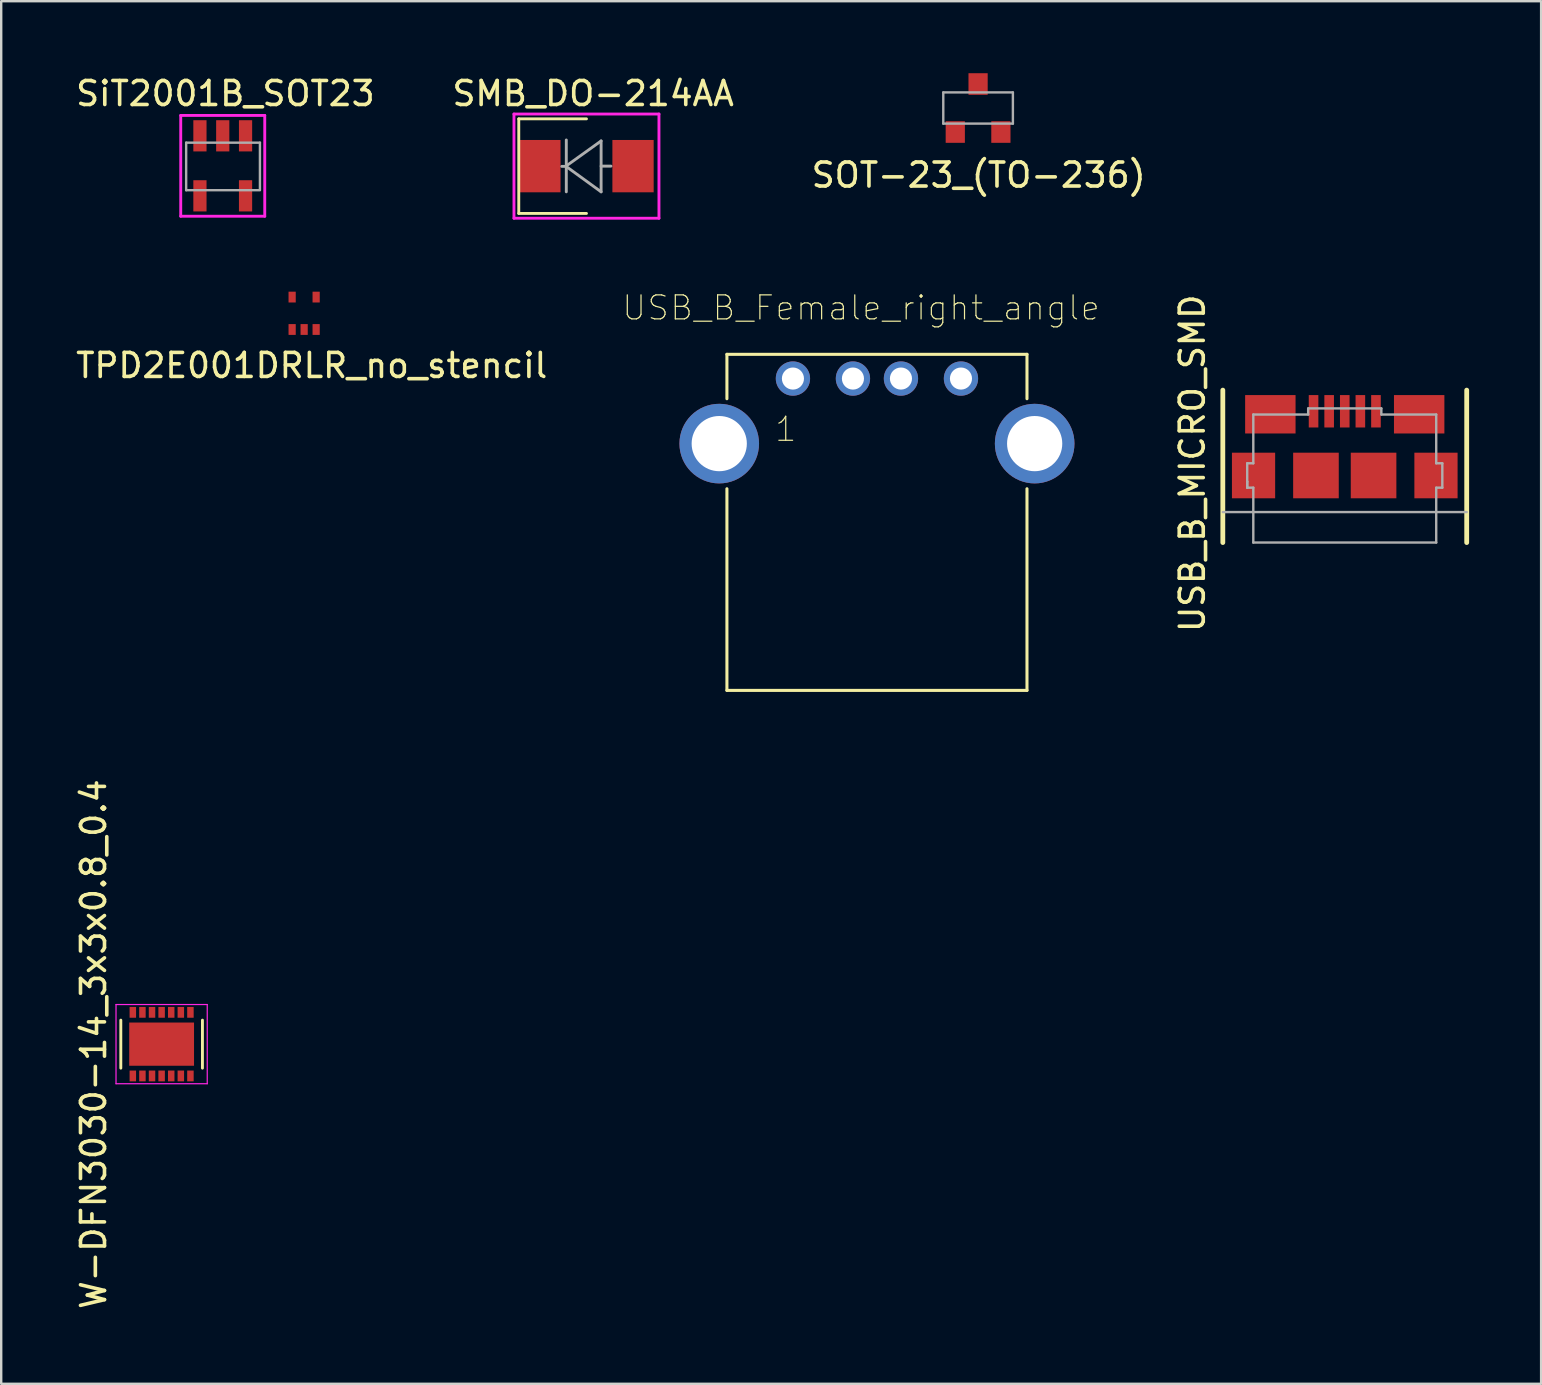
<source format=kicad_pcb>
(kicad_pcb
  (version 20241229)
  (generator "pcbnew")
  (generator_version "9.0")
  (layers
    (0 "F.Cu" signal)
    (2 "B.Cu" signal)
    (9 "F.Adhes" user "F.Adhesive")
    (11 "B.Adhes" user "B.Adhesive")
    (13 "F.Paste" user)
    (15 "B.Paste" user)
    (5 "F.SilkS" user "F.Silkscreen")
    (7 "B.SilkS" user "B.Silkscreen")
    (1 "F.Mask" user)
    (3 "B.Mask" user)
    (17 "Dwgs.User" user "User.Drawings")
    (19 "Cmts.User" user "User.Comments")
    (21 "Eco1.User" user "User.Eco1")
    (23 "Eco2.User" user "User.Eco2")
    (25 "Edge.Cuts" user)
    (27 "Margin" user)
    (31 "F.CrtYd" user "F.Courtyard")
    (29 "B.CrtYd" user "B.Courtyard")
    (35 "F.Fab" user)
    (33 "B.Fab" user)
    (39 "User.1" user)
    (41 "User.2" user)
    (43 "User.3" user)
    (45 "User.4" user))
  (footprint "SOT−23_(TO−236)"
    (layer "F.Cu")
    (at 37.695 1.45)
    (property "Reference" "SOT−23_(TO−236)" (at 0.025 2.794 0) (layer "F.SilkS") (effects (font (size 1 1) (thickness 0.15))))
    (attr through_hole)
    (fp_line (start -1.45 -0.65) (end -1.45 0.65) (stroke (width 0.1) (type solid)) (layer "F.Fab"))
    (fp_line (start -1.45 0.65) (end 1.45 0.65) (stroke (width 0.1) (type solid)) (layer "F.Fab"))
    (fp_line (start 1.45 -0.65) (end -1.45 -0.65) (stroke (width 0.1) (type solid)) (layer "F.Fab"))
    (fp_line (start 1.45 -0.65) (end 1.45 0.65) (stroke (width 0.1) (type solid)) (layer "F.Fab"))
    (pad "1" smd rect (at -0.95 1) (size 0.8 0.9) (layers "F.Cu" "F.Mask" "F.Paste"))
    (pad "2" smd rect (at 0.95 1) (size 0.8 0.9) (layers "F.Cu" "F.Mask" "F.Paste"))
    (pad "3" smd rect (at 0 -1) (size 0.8 0.9) (layers "F.Cu" "F.Mask" "F.Paste")))
  (footprint "SMB_DO-214AA"
    (layer "F.Cu")
    (at 21.381 3.871)
    (property "Reference" "SMB_DO-214AA" (at 0.279 -3.023 0) (layer "F.SilkS") (effects (font (size 1 1) (thickness 0.15))))
    (attr through_hole)
    (fp_line (start -2.82 -1.97) (end -2.82 1.97) (stroke (width 0.12) (type solid)) (layer "F.SilkS"))
    (fp_line (start -2.82 -1.97) (end 0 -1.97) (stroke (width 0.12) (type solid)) (layer "F.SilkS"))
    (fp_line (start -2.82 1.97) (end 0 1.97) (stroke (width 0.12) (type solid)) (layer "F.SilkS"))
    (fp_line (start -3.02 -2.17) (end -3.02 2.17) (stroke (width 0.12) (type solid)) (layer "F.CrtYd"))
    (fp_line (start -3.02 -2.17) (end 3.02 -2.17) (stroke (width 0.12) (type solid)) (layer "F.CrtYd"))
    (fp_line (start -3.02 2.17) (end 3.02 2.17) (stroke (width 0.12) (type solid)) (layer "F.CrtYd"))
    (fp_line (start 3.02 -2.17) (end 3.02 2.17) (stroke (width 0.12) (type solid)) (layer "F.CrtYd"))
    (fp_line (start -1.03 0.01) (end -0.87 0.01) (stroke (width 0.12) (type solid)) (layer "F.Fab"))
    (fp_line (start -0.84 -1.09) (end -0.84 1.07) (stroke (width 0.12) (type solid)) (layer "F.Fab"))
    (fp_line (start -0.84 -0.01) (end 0.61 -1.05) (stroke (width 0.12) (type solid)) (layer "F.Fab"))
    (fp_line (start 0.61 -1.05) (end 0.61 1.07) (stroke (width 0.12) (type solid)) (layer "F.Fab"))
    (fp_line (start 0.61 0) (end 1.02 0) (stroke (width 0.12) (type solid)) (layer "F.Fab"))
    (fp_line (start 0.61 1.07) (end -0.85 0.01) (stroke (width 0.12) (type solid)) (layer "F.Fab"))
    (pad "1" smd rect (at -1.94 0) (size 1.72 2.18) (layers "F.Cu" "F.Mask" "F.Paste"))
    (pad "2" smd rect (at 1.94 0) (size 1.72 2.18) (layers "F.Cu" "F.Mask" "F.Paste")))
  (footprint "W-DFN3030-14_3x3x0.8_0.4"
    (layer "F.Cu")
    (at 3.683 40.447)
    (property "Reference" "W-DFN3030-14_3x3x0.8_0.4" (at -2.835 0 90) (layer "F.SilkS") (effects (font (size 1 1) (thickness 0.15))))
    (attr smd)
    (fp_line (start -1.7 1) (end -1.7 -1) (stroke (width 0.12) (type solid)) (layer "F.SilkS"))
    (fp_line (start 1.7 -1) (end 1.7 1) (stroke (width 0.12) (type solid)) (layer "F.SilkS"))
    (fp_line (start -1.9 -1.65) (end 1.9 -1.65) (stroke (width 0.05) (type solid)) (layer "F.CrtYd"))
    (fp_line (start -1.9 1.65) (end -1.9 -1.65) (stroke (width 0.05) (type solid)) (layer "F.CrtYd"))
    (fp_line (start 1.9 -1.65) (end 1.9 1.65) (stroke (width 0.05) (type solid)) (layer "F.CrtYd"))
    (fp_line (start 1.9 1.65) (end -1.9 1.65) (stroke (width 0.05) (type solid)) (layer "F.CrtYd"))
    (pad "1" smd rect (at -1.2 1.325) (size 0.27 0.45) (layers "F.Cu" "F.Mask" "F.Paste"))
    (pad "2" smd rect (at -0.8 1.325) (size 0.27 0.45) (layers "F.Cu" "F.Mask" "F.Paste"))
    (pad "3" smd rect (at -0.4 1.325) (size 0.27 0.45) (layers "F.Cu" "F.Mask" "F.Paste"))
    (pad "4" smd rect (at 0 1.325) (size 0.27 0.45) (layers "F.Cu" "F.Mask" "F.Paste"))
    (pad "5" smd rect (at 0.4 1.325) (size 0.27 0.45) (layers "F.Cu" "F.Mask" "F.Paste"))
    (pad "6" smd rect (at 0.8 1.325) (size 0.27 0.45) (layers "F.Cu" "F.Mask" "F.Paste"))
    (pad "7" smd rect (at 1.2 1.325) (size 0.27 0.45) (layers "F.Cu" "F.Mask" "F.Paste"))
    (pad "8" smd rect (at 1.2 -1.325) (size 0.27 0.45) (layers "F.Cu" "F.Mask" "F.Paste"))
    (pad "9" smd rect (at 0.8 -1.325) (size 0.27 0.45) (layers "F.Cu" "F.Mask" "F.Paste"))
    (pad "10" smd rect (at 0.4 -1.325) (size 0.27 0.45) (layers "F.Cu" "F.Mask" "F.Paste"))
    (pad "11" smd rect (at 0 -1.325) (size 0.27 0.45) (layers "F.Cu" "F.Mask" "F.Paste"))
    (pad "12" smd rect (at -0.4 -1.325) (size 0.27 0.45) (layers "F.Cu" "F.Mask" "F.Paste"))
    (pad "13" smd rect (at -0.8 -1.325) (size 0.27 0.45) (layers "F.Cu" "F.Mask" "F.Paste"))
    (pad "14" smd rect (at -1.2 -1.325) (size 0.27 0.45) (layers "F.Cu" "F.Mask" "F.Paste"))
    (pad "15" smd rect (at 0 0) (size 2.7 1.8) (layers "F.Cu" "F.Mask" "F.Paste")))
  (footprint "SiT2001B_SOT23"
    (layer "F.Cu")
    (at 6.229 3.858)
    (property "Reference" "SiT2001B_SOT23" (at 0.11 -3.01 0) (layer "F.SilkS") (effects (font (size 1 1) (thickness 0.15))))
    (attr through_hole)
    (fp_line (start -1.75 -2.1) (end -1.75 2.1) (stroke (width 0.12) (type solid)) (layer "F.CrtYd"))
    (fp_line (start -1.75 -2.1) (end 1.75 -2.1) (stroke (width 0.12) (type solid)) (layer "F.CrtYd"))
    (fp_line (start -1.75 2.1) (end 1.75 2.1) (stroke (width 0.12) (type solid)) (layer "F.CrtYd"))
    (fp_line (start 1.75 -2.1) (end 1.75 2.1) (stroke (width 0.12) (type solid)) (layer "F.CrtYd"))
    (fp_line (start -1.524 -0.965) (end -1.524 1.016) (stroke (width 0.1) (type solid)) (layer "F.Fab"))
    (fp_line (start -1.524 1.016) (end 1.549 1.016) (stroke (width 0.1) (type solid)) (layer "F.Fab"))
    (fp_line (start 1.549 -0.965) (end -1.524 -0.965) (stroke (width 0.1) (type solid)) (layer "F.Fab"))
    (fp_line (start 1.549 0.991) (end 1.549 -0.965) (stroke (width 0.1) (type solid)) (layer "F.Fab"))
    (pad "1" smd rect (at 0.95 -1.25) (size 0.55 1.3) (layers "F.Cu" "F.Mask" "F.Paste"))
    (pad "2" smd rect (at 0 -1.25) (size 0.55 1.3) (layers "F.Cu" "F.Mask" "F.Paste"))
    (pad "3" smd rect (at -0.95 -1.25) (size 0.55 1.3) (layers "F.Cu" "F.Mask" "F.Paste"))
    (pad "4" smd rect (at -0.95 1.25) (size 0.55 1.3) (layers "F.Cu" "F.Mask" "F.Paste"))
    (pad "5" smd rect (at 0.95 1.25) (size 0.55 1.3) (layers "F.Cu" "F.Mask" "F.Paste")))
  (footprint "USB_B_MICRO_SMD"
    (layer "F.Cu")
    (at 52.97 16.758)
    (property "Reference" "USB_B_MICRO_SMD" (at -6.35 -0.508 90) (layer "F.SilkS") (effects (font (size 1 1) (thickness 0.15))))
    (attr through_hole)
    (fp_line (start -5.08 -3.556) (end -5.08 2.794) (stroke (width 0.2) (type solid)) (layer "F.SilkS"))
    (fp_line (start 5.08 -3.556) (end 5.08 2.794) (stroke (width 0.2) (type solid)) (layer "F.SilkS"))
    (fp_line (start -4.064 -0.508) (end -4.064 0.254) (stroke (width 0.1) (type solid)) (layer "F.Fab"))
    (fp_line (start -4.064 0.254) (end -4.064 0.508) (stroke (width 0.1) (type solid)) (layer "F.Fab"))
    (fp_line (start -4.064 0.508) (end -4.064 0.254) (stroke (width 0.1) (type solid)) (layer "F.Fab"))
    (fp_line (start -4.064 0.508) (end -3.81 0.508) (stroke (width 0.1) (type solid)) (layer "F.Fab"))
    (fp_line (start -3.81 -2.54) (end -3.81 -0.508) (stroke (width 0.1) (type solid)) (layer "F.Fab"))
    (fp_line (start -3.81 -0.508) (end -4.064 -0.508) (stroke (width 0.1) (type solid)) (layer "F.Fab"))
    (fp_line (start -3.81 0.508) (end -3.81 2.794) (stroke (width 0.1) (type solid)) (layer "F.Fab"))
    (fp_line (start -1.524 -2.794) (end -1.524 -2.54) (stroke (width 0.1) (type solid)) (layer "F.Fab"))
    (fp_line (start -1.524 -2.54) (end -3.81 -2.54) (stroke (width 0.1) (type solid)) (layer "F.Fab"))
    (fp_line (start 1.524 -2.794) (end -1.524 -2.794) (stroke (width 0.1) (type solid)) (layer "F.Fab"))
    (fp_line (start 1.524 -2.54) (end 1.524 -2.794) (stroke (width 0.1) (type solid)) (layer "F.Fab"))
    (fp_line (start 3.81 -2.54) (end 1.524 -2.54) (stroke (width 0.1) (type solid)) (layer "F.Fab"))
    (fp_line (start 3.81 -2.54) (end 3.81 -0.508) (stroke (width 0.1) (type solid)) (layer "F.Fab"))
    (fp_line (start 3.81 -0.508) (end 4.064 -0.508) (stroke (width 0.1) (type solid)) (layer "F.Fab"))
    (fp_line (start 3.81 0.508) (end 4.064 0.508) (stroke (width 0.1) (type solid)) (layer "F.Fab"))
    (fp_line (start 3.81 2.794) (end -3.81 2.794) (stroke (width 0.1) (type solid)) (layer "F.Fab"))
    (fp_line (start 3.81 2.794) (end 3.81 0.508) (stroke (width 0.1) (type solid)) (layer "F.Fab"))
    (fp_line (start 4.064 -0.508) (end 4.064 0.508) (stroke (width 0.1) (type solid)) (layer "F.Fab"))
    (fp_line (start 5.08 1.524) (end -5.08 1.524) (stroke (width 0.1) (type solid)) (layer "F.Fab"))
    (pad "" smd rect (at -3.8 0) (size 1.8 1.9) (layers "F.Cu" "F.Mask" "F.Paste"))
    (pad "" smd rect (at -3.1 -2.55) (size 2.1 1.6) (layers "F.Cu" "F.Mask" "F.Paste"))
    (pad "" smd rect (at -1.2 0) (size 1.9 1.9) (layers "F.Cu" "F.Mask" "F.Paste"))
    (pad "" smd rect (at 1.2 0) (size 1.9 1.9) (layers "F.Cu" "F.Mask" "F.Paste"))
    (pad "" smd rect (at 3.1 -2.55) (size 2.1 1.6) (layers "F.Cu" "F.Mask" "F.Paste"))
    (pad "" smd rect (at 3.8 0) (size 1.8 1.9) (layers "F.Cu" "F.Mask" "F.Paste"))
    (pad "1" smd rect (at -1.3 -2.675) (size 0.4 1.35) (layers "F.Cu" "F.Mask" "F.Paste"))
    (pad "2" smd rect (at -0.65 -2.675) (size 0.4 1.35) (layers "F.Cu" "F.Mask" "F.Paste"))
    (pad "3" smd rect (at 0 -2.675) (size 0.4 1.35) (layers "F.Cu" "F.Mask" "F.Paste"))
    (pad "4" smd rect (at 0.65 -2.675) (size 0.4 1.35) (layers "F.Cu" "F.Mask" "F.Paste"))
    (pad "5" smd rect (at 1.3 -2.675) (size 0.4 1.35) (layers "F.Cu" "F.Mask" "F.Paste")))
  (footprint "TPD2E001DRLR_no_stencil"
    (layer "F.Cu")
    (at 9.62 10.001)
    (property "Reference" "TPD2E001DRLR_no_stencil" (at 0.315 2.174 0) (layer "F.SilkS") (effects (font (size 1 1) (thickness 0.15))))
    (attr smd)
    (pad "1" smd rect (at -0.5 0.675) (size 0.3 0.45) (layers "F.Cu" "F.Mask" "F.Paste"))
    (pad "2" smd rect (at 0 0.675) (size 0.3 0.45) (layers "F.Cu" "F.Mask" "F.Paste"))
    (pad "3" smd rect (at 0.5 0.675) (size 0.3 0.45) (layers "F.Cu" "F.Mask" "F.Paste"))
    (pad "4" smd rect (at 0.5 -0.675) (size 0.3 0.45) (layers "F.Cu" "F.Mask" "F.Paste"))
    (pad "5" smd rect (at -0.5 -0.675) (size 0.3 0.45) (layers "F.Cu" "F.Mask" "F.Paste")))
  (footprint "USB_B_Female_right_angle"
    (layer "F.Cu")
    (at 33.482 15.43)
    (property "Reference" "USB_B_Female_right_angle" (at -0.662 -5.656 0) (layer "F.SilkS") (effects (font (size 1 1) (thickness 0.05))))
    (attr through_hole)
    (fp_line (start -6.25 -1.87) (end -6.25 -3.72) (stroke (width 0.127) (type solid)) (layer "F.SilkS"))
    (fp_line (start -6.25 1.88) (end -6.25 10.28) (stroke (width 0.127) (type solid)) (layer "F.SilkS"))
    (fp_line (start -6.25 10.28) (end 6.25 10.28) (stroke (width 0.127) (type solid)) (layer "F.SilkS"))
    (fp_line (start 6.25 -3.72) (end -6.25 -3.72) (stroke (width 0.127) (type solid)) (layer "F.SilkS"))
    (fp_line (start 6.25 -1.87) (end 6.25 -3.72) (stroke (width 0.127) (type solid)) (layer "F.SilkS"))
    (fp_line (start 6.25 1.88) (end 6.25 10.28) (stroke (width 0.127) (type solid)) (layer "F.SilkS"))
    (fp_line (start -6.25 -3.72) (end -6.25 10.28) (stroke (width 0.127) (type solid)) (layer "Eco2.User"))
    (fp_line (start -2.959 6.267) (end -2.751 9.018) (stroke (width 0.102) (type solid)) (layer "Eco2.User"))
    (fp_line (start -2.751 6.267) (end -2.959 6.267) (stroke (width 0.102) (type solid)) (layer "Eco2.User"))
    (fp_line (start -2.492 8.655) (end -2.751 6.267) (stroke (width 0.102) (type solid)) (layer "Eco2.User"))
    (fp_line (start -1.973 8.655) (end -2.492 8.655) (stroke (width 0.102) (type solid)) (layer "Eco2.User"))
    (fp_line (start -1.765 9.018) (end -1.506 6.267) (stroke (width 0.102) (type solid)) (layer "Eco2.User"))
    (fp_line (start -1.713 6.267) (end -1.973 8.655) (stroke (width 0.102) (type solid)) (layer "Eco2.User"))
    (fp_line (start -1.506 6.267) (end -1.713 6.267) (stroke (width 0.102) (type solid)) (layer "Eco2.User"))
    (fp_line (start 1.505 6.267) (end 1.713 6.267) (stroke (width 0.102) (type solid)) (layer "Eco2.User"))
    (fp_line (start 1.713 6.267) (end 1.972 8.655) (stroke (width 0.102) (type solid)) (layer "Eco2.User"))
    (fp_line (start 1.765 9.018) (end 1.505 6.267) (stroke (width 0.102) (type solid)) (layer "Eco2.User"))
    (fp_line (start 1.972 8.655) (end 2.492 8.655) (stroke (width 0.102) (type solid)) (layer "Eco2.User"))
    (fp_line (start 2.492 8.655) (end 2.751 6.267) (stroke (width 0.102) (type solid)) (layer "Eco2.User"))
    (fp_line (start 2.751 6.267) (end 2.959 6.267) (stroke (width 0.102) (type solid)) (layer "Eco2.User"))
    (fp_line (start 2.959 6.267) (end 2.751 9.018) (stroke (width 0.102) (type solid)) (layer "Eco2.User"))
    (fp_line (start 6.25 10.28) (end 6.25 -3.72) (stroke (width 0.127) (type solid)) (layer "Eco2.User"))
    (fp_arc (start -2.5438 9.278) (mid -2.687611 9.180357) (end -2.751388 9.018653) (stroke (width 0.1016) (type solid)) (layer "Eco2.User"))
    (fp_arc (start -1.9727 9.278) (mid -2.257405 9.320802) (end -2.542183 9.278494) (stroke (width 0.1016) (type solid)) (layer "Eco2.User"))
    (fp_arc (start -1.7651 9.0185) (mid -1.828793 9.180237) (end -1.972553 9.277955) (stroke (width 0.1016) (type solid)) (layer "Eco2.User"))
    (fp_arc (start 1.972353 9.277955) (mid 1.828593 9.180237) (end 1.7649 9.0185) (stroke (width 0.1016) (type solid)) (layer "Eco2.User"))
    (fp_arc (start 2.541983 9.278494) (mid 2.257205 9.320802) (end 1.9725 9.278) (stroke (width 0.1016) (type solid)) (layer "Eco2.User"))
    (fp_arc (start 2.751188 9.018653) (mid 2.687411 9.180357) (end 2.5436 9.278) (stroke (width 0.1016) (type solid)) (layer "Eco2.User"))
    (fp_text user "1" (at -3.8 -0.6 0) (layer "F.SilkS") (effects (font (size 1 1) (thickness 0.05))))
    (fp_text user "PCB~{End}" (at -1.9 10.1 0) (layer "Edge.Cuts") (effects (font (size 1 1) (thickness 0.05))))
    (fp_text user "4" (at 3.1 -0.7 0) (layer "Edge.Cuts") (effects (font (size 1 1) (thickness 0.05))))
    (fp_text user "1" (at -3.8 -0.6 0) (layer "Edge.Cuts") (effects (font (size 1 1) (thickness 0.05))))
    (pad "1" thru_hole circle (at -3.5 -2.71) (size 1.428 1.428) (drill 0.92) (layers "*.Cu" "*.Mask"))
    (pad "2" thru_hole circle (at -1 -2.71) (size 1.428 1.428) (drill 0.92) (layers "*.Cu" "*.Mask"))
    (pad "3" thru_hole circle (at 1 -2.71) (size 1.428 1.428) (drill 0.92) (layers "*.Cu" "*.Mask"))
    (pad "4" thru_hole circle (at 3.5 -2.71) (size 1.428 1.428) (drill 0.92) (layers "*.Cu" "*.Mask"))
    (pad "SHELL" thru_hole circle (at -6.57 0) (size 3.316 3.316) (drill 2.3) (layers "*.Cu" "*.Mask"))
    (pad "SHELL1" thru_hole circle (at 6.57 0) (size 3.316 3.316) (drill 2.3) (layers "*.Cu" "*.Mask")))
  (gr_rect
    (start -3 -3)
    (end 61.15 54.596)
    (stroke (width 0.1) (type default))
    (fill no)
    (layer "Edge.Cuts")))
</source>
